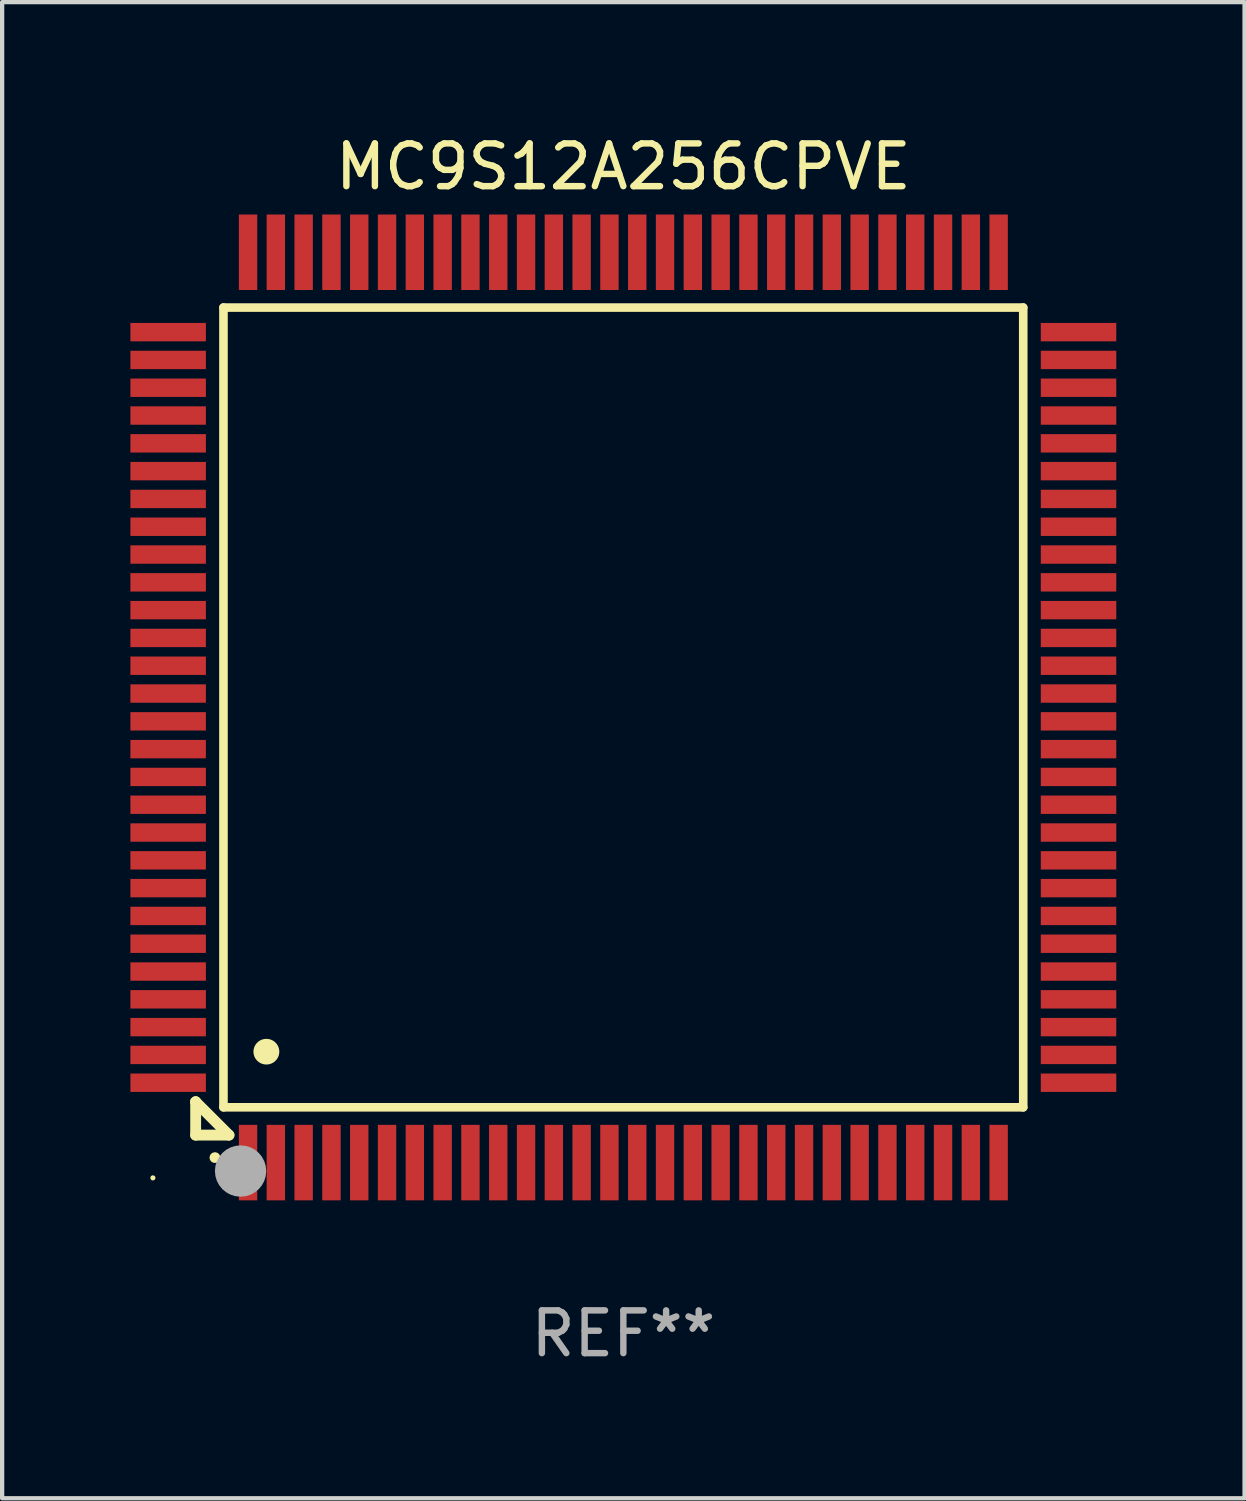
<source format=kicad_pcb>
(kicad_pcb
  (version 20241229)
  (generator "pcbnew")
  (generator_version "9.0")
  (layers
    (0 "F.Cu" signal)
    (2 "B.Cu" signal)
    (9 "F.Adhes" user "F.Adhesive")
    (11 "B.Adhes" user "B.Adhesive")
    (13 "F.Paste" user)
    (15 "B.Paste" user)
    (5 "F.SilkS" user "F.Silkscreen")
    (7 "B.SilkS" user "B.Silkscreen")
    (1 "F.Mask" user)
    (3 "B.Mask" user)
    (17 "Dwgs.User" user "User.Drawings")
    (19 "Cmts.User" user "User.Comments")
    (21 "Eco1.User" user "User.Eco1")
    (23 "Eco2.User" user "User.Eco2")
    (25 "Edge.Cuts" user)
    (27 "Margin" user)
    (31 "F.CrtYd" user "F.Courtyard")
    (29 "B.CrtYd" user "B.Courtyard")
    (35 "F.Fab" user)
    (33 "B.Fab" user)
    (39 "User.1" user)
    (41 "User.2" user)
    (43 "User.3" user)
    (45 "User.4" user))
  (footprint "MC9S12A256CPVE"
    (layer "F.Cu")
    (at 11.525 13.491)
    (property "Reference" "MC9S12A256CPVE" (at 0 -12.643 0) (layer "F.SilkS") (effects (font (size 1 1) (thickness 0.15))))
    (attr through_hole)
    (fp_line (start -10 9.221) (end -10 9.221) (stroke (width 0.254) (type solid)) (layer "F.SilkS"))
    (fp_line (start -10 9.221) (end -10 10) (stroke (width 0.254) (type solid)) (layer "F.SilkS"))
    (fp_line (start -10 9.221) (end -9.221 10) (stroke (width 0.254) (type solid)) (layer "F.SilkS"))
    (fp_line (start -10 10) (end -9.221 10) (stroke (width 0.254) (type solid)) (layer "F.SilkS"))
    (fp_line (start -9.35 -9.35) (end -9.35 9.35) (stroke (width 0.201) (type solid)) (layer "F.SilkS"))
    (fp_line (start -9.35 9.35) (end 9.35 9.35) (stroke (width 0.201) (type solid)) (layer "F.SilkS"))
    (fp_line (start 9.35 -9.35) (end -9.35 -9.35) (stroke (width 0.201) (type solid)) (layer "F.SilkS"))
    (fp_line (start 9.35 9.35) (end 9.35 -9.35) (stroke (width 0.201) (type solid)) (layer "F.SilkS"))
    (fp_arc (start -9.550546 10.525832) (mid -9.549276 10.525826) (end -9.548006 10.525832) (stroke (width 0.24892) (type solid)) (layer "F.SilkS"))
    (fp_arc (start -8.349124 8.049327) (mid -8.346584 8.049316) (end -8.344044 8.049327) (stroke (width 0.599441) (type solid)) (layer "F.SilkS"))
    (fp_circle (center -11 11) (end -10.97 11) (stroke (width 0.06) (type solid)) (fill no) (layer "F.SilkS"))
    (fp_circle (center -8.95 10.84) (end -8.65 10.84) (stroke (width 0.6) (type solid)) (fill no) (layer "F.Fab"))
    (fp_text user "REF**" (at 0 14.643 0) (layer "F.Fab") (effects (font (size 1 1) (thickness 0.15))))
    (pad "1" smd rect (at -8.775 10.643) (size 0.43 1.765) (layers "F.Cu" "F.Mask" "F.Paste"))
    (pad "2" smd rect (at -8.125 10.643) (size 0.43 1.765) (layers "F.Cu" "F.Mask" "F.Paste"))
    (pad "3" smd rect (at -7.475 10.643) (size 0.43 1.765) (layers "F.Cu" "F.Mask" "F.Paste"))
    (pad "4" smd rect (at -6.825 10.643) (size 0.43 1.765) (layers "F.Cu" "F.Mask" "F.Paste"))
    (pad "5" smd rect (at -6.175 10.643) (size 0.43 1.765) (layers "F.Cu" "F.Mask" "F.Paste"))
    (pad "6" smd rect (at -5.525 10.643) (size 0.43 1.765) (layers "F.Cu" "F.Mask" "F.Paste"))
    (pad "7" smd rect (at -4.875 10.643) (size 0.43 1.765) (layers "F.Cu" "F.Mask" "F.Paste"))
    (pad "8" smd rect (at -4.225 10.643) (size 0.43 1.765) (layers "F.Cu" "F.Mask" "F.Paste"))
    (pad "9" smd rect (at -3.575 10.643) (size 0.43 1.765) (layers "F.Cu" "F.Mask" "F.Paste"))
    (pad "10" smd rect (at -2.925 10.643) (size 0.43 1.765) (layers "F.Cu" "F.Mask" "F.Paste"))
    (pad "11" smd rect (at -2.275 10.643) (size 0.43 1.765) (layers "F.Cu" "F.Mask" "F.Paste"))
    (pad "12" smd rect (at -1.625 10.643) (size 0.43 1.765) (layers "F.Cu" "F.Mask" "F.Paste"))
    (pad "13" smd rect (at -0.975 10.643) (size 0.43 1.765) (layers "F.Cu" "F.Mask" "F.Paste"))
    (pad "14" smd rect (at -0.325 10.643) (size 0.43 1.765) (layers "F.Cu" "F.Mask" "F.Paste"))
    (pad "15" smd rect (at 0.325 10.643) (size 0.43 1.765) (layers "F.Cu" "F.Mask" "F.Paste"))
    (pad "16" smd rect (at 0.975 10.643) (size 0.43 1.765) (layers "F.Cu" "F.Mask" "F.Paste"))
    (pad "17" smd rect (at 1.625 10.643) (size 0.43 1.765) (layers "F.Cu" "F.Mask" "F.Paste"))
    (pad "18" smd rect (at 2.275 10.643) (size 0.43 1.765) (layers "F.Cu" "F.Mask" "F.Paste"))
    (pad "19" smd rect (at 2.925 10.643) (size 0.43 1.765) (layers "F.Cu" "F.Mask" "F.Paste"))
    (pad "20" smd rect (at 3.575 10.643) (size 0.43 1.765) (layers "F.Cu" "F.Mask" "F.Paste"))
    (pad "21" smd rect (at 4.225 10.643) (size 0.43 1.765) (layers "F.Cu" "F.Mask" "F.Paste"))
    (pad "22" smd rect (at 4.875 10.643) (size 0.43 1.765) (layers "F.Cu" "F.Mask" "F.Paste"))
    (pad "23" smd rect (at 5.525 10.643) (size 0.43 1.765) (layers "F.Cu" "F.Mask" "F.Paste"))
    (pad "24" smd rect (at 6.175 10.643) (size 0.43 1.765) (layers "F.Cu" "F.Mask" "F.Paste"))
    (pad "25" smd rect (at 6.825 10.643) (size 0.43 1.765) (layers "F.Cu" "F.Mask" "F.Paste"))
    (pad "26" smd rect (at 7.475 10.643) (size 0.43 1.765) (layers "F.Cu" "F.Mask" "F.Paste"))
    (pad "27" smd rect (at 8.125 10.643) (size 0.43 1.765) (layers "F.Cu" "F.Mask" "F.Paste"))
    (pad "28" smd rect (at 8.775 10.643) (size 0.43 1.765) (layers "F.Cu" "F.Mask" "F.Paste"))
    (pad "29" smd rect (at 10.643 8.775) (size 1.765 0.43) (layers "F.Cu" "F.Mask" "F.Paste"))
    (pad "30" smd rect (at 10.643 8.125) (size 1.765 0.43) (layers "F.Cu" "F.Mask" "F.Paste"))
    (pad "31" smd rect (at 10.643 7.475) (size 1.765 0.43) (layers "F.Cu" "F.Mask" "F.Paste"))
    (pad "32" smd rect (at 10.643 6.825) (size 1.765 0.43) (layers "F.Cu" "F.Mask" "F.Paste"))
    (pad "33" smd rect (at 10.643 6.175) (size 1.765 0.43) (layers "F.Cu" "F.Mask" "F.Paste"))
    (pad "34" smd rect (at 10.643 5.525) (size 1.765 0.43) (layers "F.Cu" "F.Mask" "F.Paste"))
    (pad "35" smd rect (at 10.643 4.875) (size 1.765 0.43) (layers "F.Cu" "F.Mask" "F.Paste"))
    (pad "36" smd rect (at 10.643 4.225) (size 1.765 0.43) (layers "F.Cu" "F.Mask" "F.Paste"))
    (pad "37" smd rect (at 10.643 3.575) (size 1.765 0.43) (layers "F.Cu" "F.Mask" "F.Paste"))
    (pad "38" smd rect (at 10.643 2.925) (size 1.765 0.43) (layers "F.Cu" "F.Mask" "F.Paste"))
    (pad "39" smd rect (at 10.643 2.275) (size 1.765 0.43) (layers "F.Cu" "F.Mask" "F.Paste"))
    (pad "40" smd rect (at 10.643 1.625) (size 1.765 0.43) (layers "F.Cu" "F.Mask" "F.Paste"))
    (pad "41" smd rect (at 10.643 0.975) (size 1.765 0.43) (layers "F.Cu" "F.Mask" "F.Paste"))
    (pad "42" smd rect (at 10.643 0.325) (size 1.765 0.43) (layers "F.Cu" "F.Mask" "F.Paste"))
    (pad "43" smd rect (at 10.643 -0.325) (size 1.765 0.43) (layers "F.Cu" "F.Mask" "F.Paste"))
    (pad "44" smd rect (at 10.643 -0.975) (size 1.765 0.43) (layers "F.Cu" "F.Mask" "F.Paste"))
    (pad "45" smd rect (at 10.643 -1.625) (size 1.765 0.43) (layers "F.Cu" "F.Mask" "F.Paste"))
    (pad "46" smd rect (at 10.643 -2.275) (size 1.765 0.43) (layers "F.Cu" "F.Mask" "F.Paste"))
    (pad "47" smd rect (at 10.643 -2.925) (size 1.765 0.43) (layers "F.Cu" "F.Mask" "F.Paste"))
    (pad "48" smd rect (at 10.643 -3.575) (size 1.765 0.43) (layers "F.Cu" "F.Mask" "F.Paste"))
    (pad "49" smd rect (at 10.643 -4.225) (size 1.765 0.43) (layers "F.Cu" "F.Mask" "F.Paste"))
    (pad "50" smd rect (at 10.643 -4.875) (size 1.765 0.43) (layers "F.Cu" "F.Mask" "F.Paste"))
    (pad "51" smd rect (at 10.643 -5.525) (size 1.765 0.43) (layers "F.Cu" "F.Mask" "F.Paste"))
    (pad "52" smd rect (at 10.643 -6.175) (size 1.765 0.43) (layers "F.Cu" "F.Mask" "F.Paste"))
    (pad "53" smd rect (at 10.643 -6.825) (size 1.765 0.43) (layers "F.Cu" "F.Mask" "F.Paste"))
    (pad "54" smd rect (at 10.643 -7.475) (size 1.765 0.43) (layers "F.Cu" "F.Mask" "F.Paste"))
    (pad "55" smd rect (at 10.643 -8.125) (size 1.765 0.43) (layers "F.Cu" "F.Mask" "F.Paste"))
    (pad "56" smd rect (at 10.643 -8.775) (size 1.765 0.43) (layers "F.Cu" "F.Mask" "F.Paste"))
    (pad "57" smd rect (at 8.775 -10.643) (size 0.43 1.765) (layers "F.Cu" "F.Mask" "F.Paste"))
    (pad "58" smd rect (at 8.125 -10.643) (size 0.43 1.765) (layers "F.Cu" "F.Mask" "F.Paste"))
    (pad "59" smd rect (at 7.475 -10.643) (size 0.43 1.765) (layers "F.Cu" "F.Mask" "F.Paste"))
    (pad "60" smd rect (at 6.825 -10.643) (size 0.43 1.765) (layers "F.Cu" "F.Mask" "F.Paste"))
    (pad "61" smd rect (at 6.175 -10.643) (size 0.43 1.765) (layers "F.Cu" "F.Mask" "F.Paste"))
    (pad "62" smd rect (at 5.525 -10.643) (size 0.43 1.765) (layers "F.Cu" "F.Mask" "F.Paste"))
    (pad "63" smd rect (at 4.875 -10.643) (size 0.43 1.765) (layers "F.Cu" "F.Mask" "F.Paste"))
    (pad "64" smd rect (at 4.225 -10.643) (size 0.43 1.765) (layers "F.Cu" "F.Mask" "F.Paste"))
    (pad "65" smd rect (at 3.575 -10.643) (size 0.43 1.765) (layers "F.Cu" "F.Mask" "F.Paste"))
    (pad "66" smd rect (at 2.925 -10.643) (size 0.43 1.765) (layers "F.Cu" "F.Mask" "F.Paste"))
    (pad "67" smd rect (at 2.275 -10.643) (size 0.43 1.765) (layers "F.Cu" "F.Mask" "F.Paste"))
    (pad "68" smd rect (at 1.625 -10.643) (size 0.43 1.765) (layers "F.Cu" "F.Mask" "F.Paste"))
    (pad "69" smd rect (at 0.975 -10.643) (size 0.43 1.765) (layers "F.Cu" "F.Mask" "F.Paste"))
    (pad "70" smd rect (at 0.325 -10.643) (size 0.43 1.765) (layers "F.Cu" "F.Mask" "F.Paste"))
    (pad "71" smd rect (at -0.325 -10.643) (size 0.43 1.765) (layers "F.Cu" "F.Mask" "F.Paste"))
    (pad "72" smd rect (at -0.975 -10.643) (size 0.43 1.765) (layers "F.Cu" "F.Mask" "F.Paste"))
    (pad "73" smd rect (at -1.625 -10.643) (size 0.43 1.765) (layers "F.Cu" "F.Mask" "F.Paste"))
    (pad "74" smd rect (at -2.275 -10.643) (size 0.43 1.765) (layers "F.Cu" "F.Mask" "F.Paste"))
    (pad "75" smd rect (at -2.925 -10.643) (size 0.43 1.765) (layers "F.Cu" "F.Mask" "F.Paste"))
    (pad "76" smd rect (at -3.575 -10.643) (size 0.43 1.765) (layers "F.Cu" "F.Mask" "F.Paste"))
    (pad "77" smd rect (at -4.225 -10.643) (size 0.43 1.765) (layers "F.Cu" "F.Mask" "F.Paste"))
    (pad "78" smd rect (at -4.875 -10.643) (size 0.43 1.765) (layers "F.Cu" "F.Mask" "F.Paste"))
    (pad "79" smd rect (at -5.525 -10.643) (size 0.43 1.765) (layers "F.Cu" "F.Mask" "F.Paste"))
    (pad "80" smd rect (at -6.175 -10.643) (size 0.43 1.765) (layers "F.Cu" "F.Mask" "F.Paste"))
    (pad "81" smd rect (at -6.825 -10.643) (size 0.43 1.765) (layers "F.Cu" "F.Mask" "F.Paste"))
    (pad "82" smd rect (at -7.475 -10.643) (size 0.43 1.765) (layers "F.Cu" "F.Mask" "F.Paste"))
    (pad "83" smd rect (at -8.125 -10.643) (size 0.43 1.765) (layers "F.Cu" "F.Mask" "F.Paste"))
    (pad "84" smd rect (at -8.775 -10.643) (size 0.43 1.765) (layers "F.Cu" "F.Mask" "F.Paste"))
    (pad "85" smd rect (at -10.643 -8.775) (size 1.765 0.43) (layers "F.Cu" "F.Mask" "F.Paste"))
    (pad "86" smd rect (at -10.643 -8.125) (size 1.765 0.43) (layers "F.Cu" "F.Mask" "F.Paste"))
    (pad "87" smd rect (at -10.643 -7.475) (size 1.765 0.43) (layers "F.Cu" "F.Mask" "F.Paste"))
    (pad "88" smd rect (at -10.643 -6.825) (size 1.765 0.43) (layers "F.Cu" "F.Mask" "F.Paste"))
    (pad "89" smd rect (at -10.643 -6.175) (size 1.765 0.43) (layers "F.Cu" "F.Mask" "F.Paste"))
    (pad "90" smd rect (at -10.643 -5.525) (size 1.765 0.43) (layers "F.Cu" "F.Mask" "F.Paste"))
    (pad "91" smd rect (at -10.643 -4.875) (size 1.765 0.43) (layers "F.Cu" "F.Mask" "F.Paste"))
    (pad "92" smd rect (at -10.643 -4.225) (size 1.765 0.43) (layers "F.Cu" "F.Mask" "F.Paste"))
    (pad "93" smd rect (at -10.643 -3.575) (size 1.765 0.43) (layers "F.Cu" "F.Mask" "F.Paste"))
    (pad "94" smd rect (at -10.643 -2.925) (size 1.765 0.43) (layers "F.Cu" "F.Mask" "F.Paste"))
    (pad "95" smd rect (at -10.643 -2.275) (size 1.765 0.43) (layers "F.Cu" "F.Mask" "F.Paste"))
    (pad "96" smd rect (at -10.643 -1.625) (size 1.765 0.43) (layers "F.Cu" "F.Mask" "F.Paste"))
    (pad "97" smd rect (at -10.643 -0.975) (size 1.765 0.43) (layers "F.Cu" "F.Mask" "F.Paste"))
    (pad "98" smd rect (at -10.643 -0.325) (size 1.765 0.43) (layers "F.Cu" "F.Mask" "F.Paste"))
    (pad "99" smd rect (at -10.643 0.325) (size 1.765 0.43) (layers "F.Cu" "F.Mask" "F.Paste"))
    (pad "100" smd rect (at -10.643 0.975) (size 1.765 0.43) (layers "F.Cu" "F.Mask" "F.Paste"))
    (pad "101" smd rect (at -10.643 1.625) (size 1.765 0.43) (layers "F.Cu" "F.Mask" "F.Paste"))
    (pad "102" smd rect (at -10.643 2.275) (size 1.765 0.43) (layers "F.Cu" "F.Mask" "F.Paste"))
    (pad "103" smd rect (at -10.643 2.925) (size 1.765 0.43) (layers "F.Cu" "F.Mask" "F.Paste"))
    (pad "104" smd rect (at -10.643 3.575) (size 1.765 0.43) (layers "F.Cu" "F.Mask" "F.Paste"))
    (pad "105" smd rect (at -10.643 4.225) (size 1.765 0.43) (layers "F.Cu" "F.Mask" "F.Paste"))
    (pad "106" smd rect (at -10.643 4.875) (size 1.765 0.43) (layers "F.Cu" "F.Mask" "F.Paste"))
    (pad "107" smd rect (at -10.643 5.525) (size 1.765 0.43) (layers "F.Cu" "F.Mask" "F.Paste"))
    (pad "108" smd rect (at -10.643 6.175) (size 1.765 0.43) (layers "F.Cu" "F.Mask" "F.Paste"))
    (pad "109" smd rect (at -10.643 6.825) (size 1.765 0.43) (layers "F.Cu" "F.Mask" "F.Paste"))
    (pad "110" smd rect (at -10.643 7.475) (size 1.765 0.43) (layers "F.Cu" "F.Mask" "F.Paste"))
    (pad "111" smd rect (at -10.643 8.125) (size 1.765 0.43) (layers "F.Cu" "F.Mask" "F.Paste"))
    (pad "112" smd rect (at -10.643 8.775) (size 1.765 0.43) (layers "F.Cu" "F.Mask" "F.Paste")))
  (gr_rect
    (start -3 -3)
    (end 26.05 31.982)
    (stroke (width 0.1) (type default))
    (fill no)
    (layer "Edge.Cuts")))
</source>
